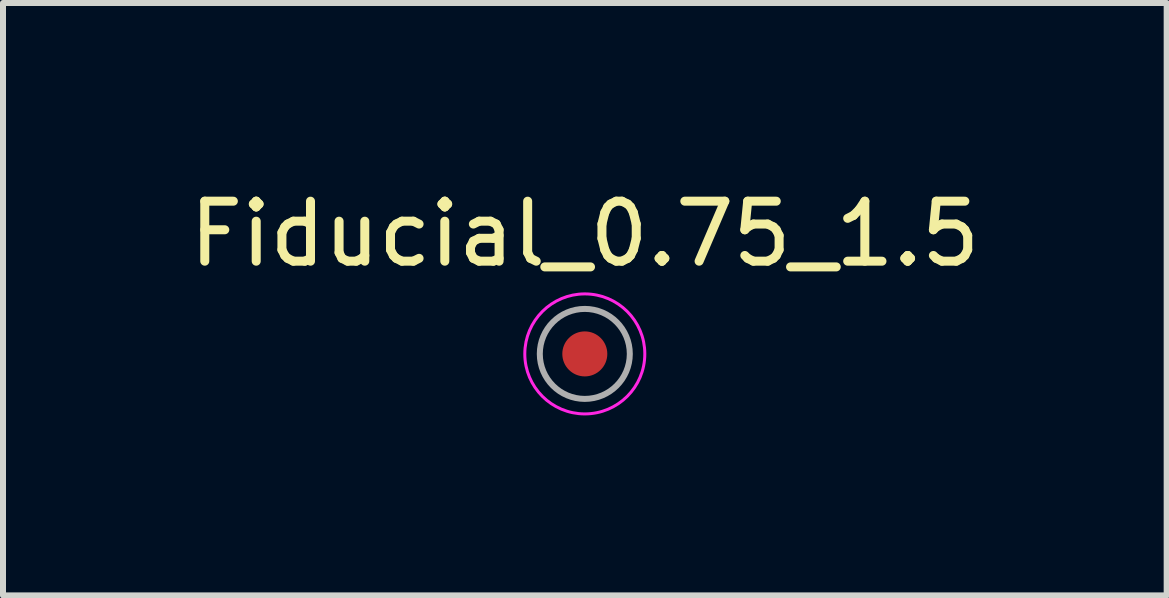
<source format=kicad_pcb>
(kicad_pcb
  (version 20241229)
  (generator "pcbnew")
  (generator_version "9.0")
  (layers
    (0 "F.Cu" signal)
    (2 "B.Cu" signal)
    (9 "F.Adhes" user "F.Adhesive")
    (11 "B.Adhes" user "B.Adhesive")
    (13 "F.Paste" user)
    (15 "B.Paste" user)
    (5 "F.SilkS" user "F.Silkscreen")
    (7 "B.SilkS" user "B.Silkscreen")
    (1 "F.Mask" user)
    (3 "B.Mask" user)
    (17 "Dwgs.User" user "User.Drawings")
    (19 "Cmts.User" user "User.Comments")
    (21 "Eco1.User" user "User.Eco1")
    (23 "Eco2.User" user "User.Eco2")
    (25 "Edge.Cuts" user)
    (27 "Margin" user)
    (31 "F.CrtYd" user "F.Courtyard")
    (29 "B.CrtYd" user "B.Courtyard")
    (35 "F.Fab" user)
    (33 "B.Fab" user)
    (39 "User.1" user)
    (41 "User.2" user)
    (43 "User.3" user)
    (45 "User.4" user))
  (footprint "Fiducial_0.75_1.5"
    (layer "F.Cu")
    (at 6.696 2.848)
    (property "Reference" "Fiducial_0.75_1.5" (at 0 -2 0) (layer "F.SilkS") (effects (font (size 1 1) (thickness 0.15))))
    (attr board_only exclude_from_bom allow_missing_courtyard)
    (fp_circle (center 0 0) (end 1 0) (stroke (width 0.05) (type solid)) (fill no) (layer "F.CrtYd"))
    (fp_circle (center 0 0) (end 0.75 0) (stroke (width 0.1) (type solid)) (fill no) (layer "F.Fab"))
    (pad "" smd circle (at 0 0) (size 0.75 0.75) (layers "F.Cu" "F.Mask")))
  (gr_rect
    (start -3 -3)
    (end 16.393 6.873)
    (stroke (width 0.1) (type default))
    (fill no)
    (layer "Edge.Cuts")))
</source>
